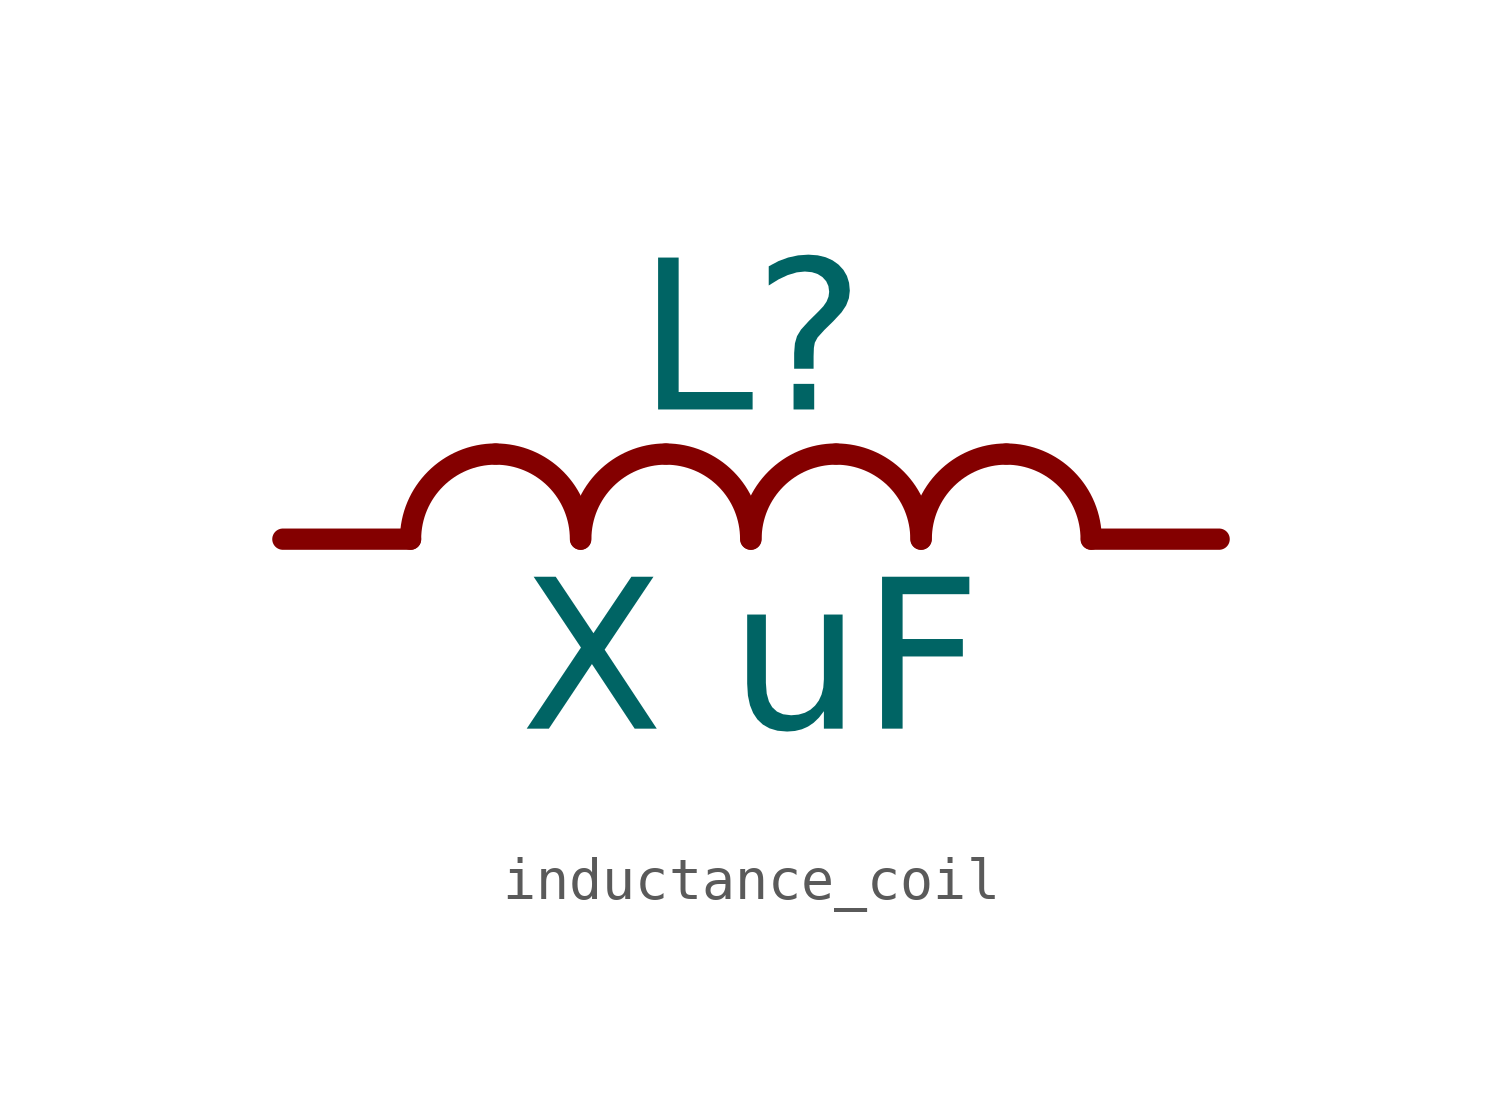
<source format=kicad_sym>
(kicad_symbol_lib
  (version 20241209)
  (generator "kicad_symbol_editor")
  (generator_version "9.0")
  (symbol "inductance_coil"
    (pin_numbers
      (hide yes))
    (pin_names
      (offset 0.5))
    (property "Reference" "L"
      (at 11 4.5 0)
      (effects (font (face "GOST type A") (size 3.5 3.5))))
    (property "Value" "X uF"
      (at 11 -3 0)
      (effects (font (face "GOST type A") (size 3.5 3.5))))
    (symbol "inductance_coil_0_1"
      (polyline (pts (xy 0 0) (xy 3 0)) (stroke (width 0.5) (type default)) (fill (type none)))
      (arc (start 3 0) (mid 3.5858 1.4142) (end 5 2) (stroke (width 0.5) (type default)) (fill (type none)))
      (arc (start 5 2) (mid 6.4142 1.4142) (end 7 0) (stroke (width 0.5) (type default)) (fill (type none)))
      (arc (start 7 0) (mid 7.5858 1.4142) (end 9 2) (stroke (width 0.5) (type default)) (fill (type none)))
      (arc (start 9 2) (mid 10.4142 1.4142) (end 11 0) (stroke (width 0.5) (type default)) (fill (type none)))
      (arc (start 11 0) (mid 11.5858 1.4142) (end 13 2) (stroke (width 0.5) (type default)) (fill (type none)))
      (arc (start 13 2) (mid 14.4142 1.4142) (end 15 0) (stroke (width 0.5) (type default)) (fill (type none)))
      (arc (start 15 0) (mid 15.5858 1.4142) (end 17 2) (stroke (width 0.5) (type default)) (fill (type none)))
      (arc (start 17 2) (mid 18.4142 1.4142) (end 19 0) (stroke (width 0.5) (type default)) (fill (type none)))
      (polyline (pts (xy 19 0) (xy 22 0)) (stroke (width 0.5) (type default)) (fill (type none))))
    (symbol "inductance_coil_1_1"
      (pin passive line (at 0 0 0) (length 3) (name "" (effects (font (size 2.5 2.5)))) (number "1" (effects (font (size 2.5 2.5)))))
      (pin passive line (at 22 0 180) (length 3) (name "" (effects (font (size 2.5 2.5)))) (number "2" (effects (font (size 2.5 2.5))))))))
</source>
